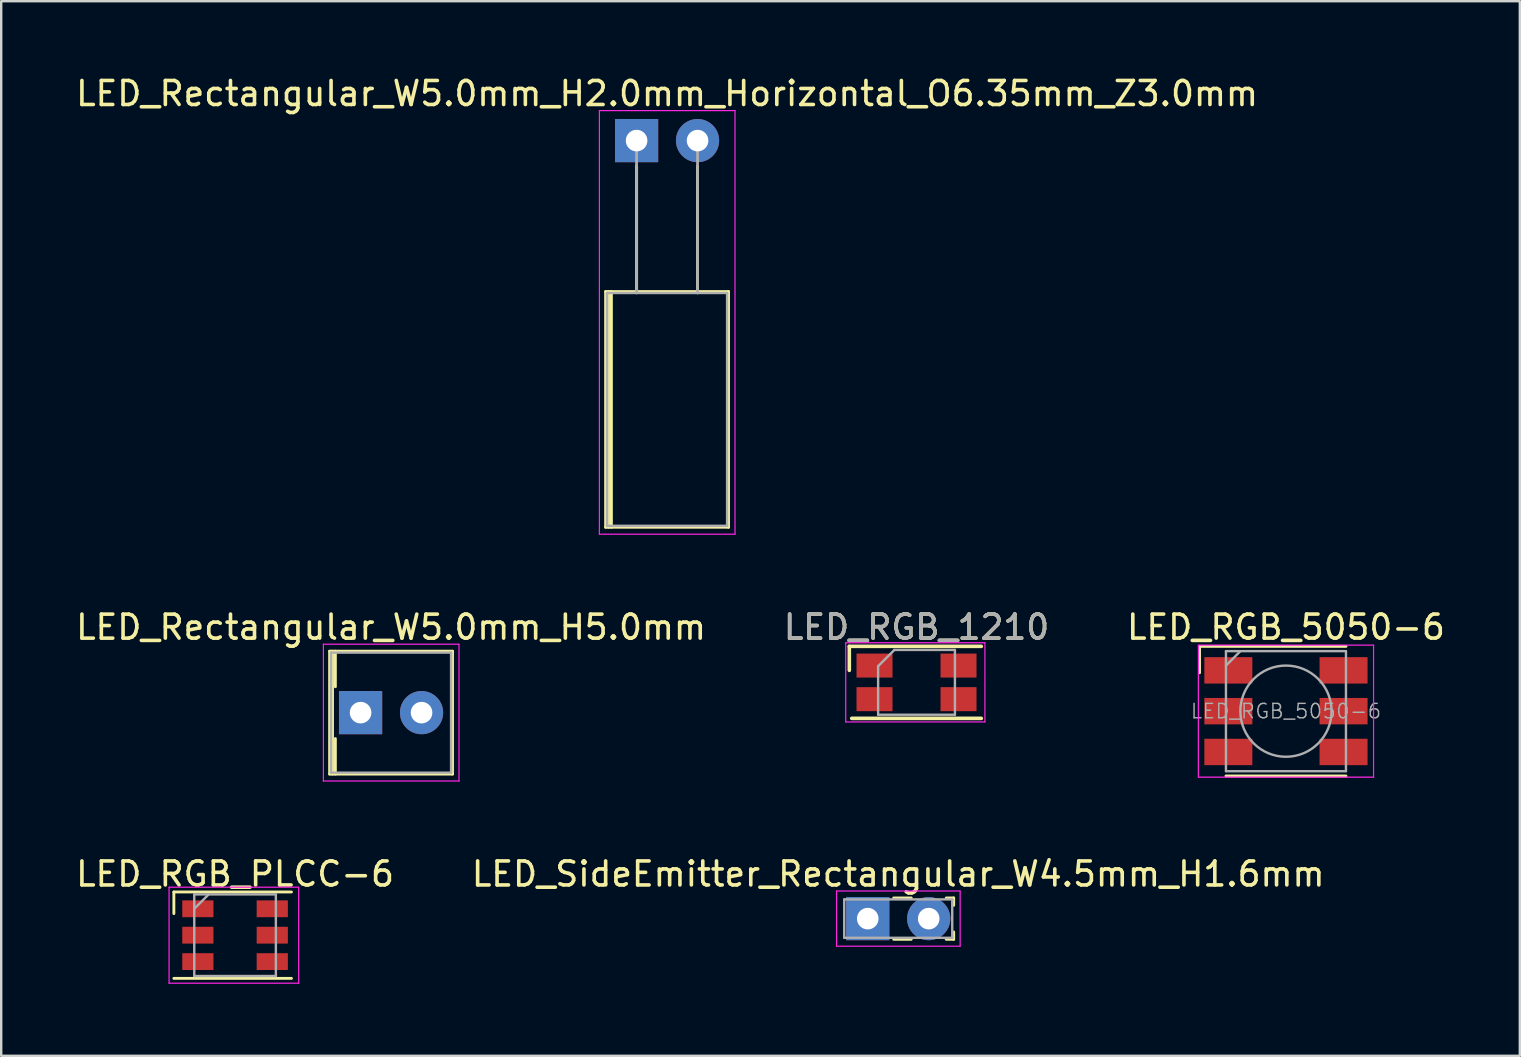
<source format=kicad_pcb>
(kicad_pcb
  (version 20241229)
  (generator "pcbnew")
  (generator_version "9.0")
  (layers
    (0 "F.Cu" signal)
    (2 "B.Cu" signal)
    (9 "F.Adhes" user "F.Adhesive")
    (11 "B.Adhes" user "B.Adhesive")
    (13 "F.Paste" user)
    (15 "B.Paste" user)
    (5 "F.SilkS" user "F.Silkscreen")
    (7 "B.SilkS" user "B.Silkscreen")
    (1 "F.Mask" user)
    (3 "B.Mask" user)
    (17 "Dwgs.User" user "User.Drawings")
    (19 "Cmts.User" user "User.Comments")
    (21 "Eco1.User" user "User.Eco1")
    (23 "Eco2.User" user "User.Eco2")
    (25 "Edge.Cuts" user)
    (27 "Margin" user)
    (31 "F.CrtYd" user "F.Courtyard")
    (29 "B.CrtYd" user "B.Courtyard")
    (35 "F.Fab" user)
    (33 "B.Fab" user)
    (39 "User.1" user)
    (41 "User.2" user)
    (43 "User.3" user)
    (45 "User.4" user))
  (footprint "LED_SideEmitter_Rectangular_W4.5mm_H1.6mm"
    (layer "F.Cu")
    (at 33.105 35.225)
    (property "Reference" "LED_SideEmitter_Rectangular_W4.5mm_H1.6mm" (at 1.27 -1.86 0) (layer "F.SilkS") (effects (font (size 1 1) (thickness 0.15))))
    (attr through_hole)
    (fp_line (start 1.08 -0.861) (end 1.811 -0.861) (stroke (width 0.12) (type solid)) (layer "F.SilkS"))
    (fp_line (start 1.08 0.861) (end 1.811 0.861) (stroke (width 0.12) (type solid)) (layer "F.SilkS"))
    (fp_line (start 3.27 -0.861) (end 3.58 -0.861) (stroke (width 0.12) (type solid)) (layer "F.SilkS"))
    (fp_line (start 3.27 0.861) (end 3.58 0.861) (stroke (width 0.12) (type solid)) (layer "F.SilkS"))
    (fp_line (start 3.58 -0.861) (end 3.58 -0.555) (stroke (width 0.12) (type solid)) (layer "F.SilkS"))
    (fp_line (start 3.58 0.555) (end 3.58 0.861) (stroke (width 0.12) (type solid)) (layer "F.SilkS"))
    (fp_line (start -1.3 -1.15) (end -1.3 1.15) (stroke (width 0.05) (type solid)) (layer "F.CrtYd"))
    (fp_line (start -1.3 1.15) (end 3.85 1.15) (stroke (width 0.05) (type solid)) (layer "F.CrtYd"))
    (fp_line (start 3.85 -1.15) (end -1.3 -1.15) (stroke (width 0.05) (type solid)) (layer "F.CrtYd"))
    (fp_line (start 3.85 1.15) (end 3.85 -1.15) (stroke (width 0.05) (type solid)) (layer "F.CrtYd"))
    (fp_line (start -0.98 -0.8) (end -0.98 0.8) (stroke (width 0.1) (type solid)) (layer "F.Fab"))
    (fp_line (start -0.98 0.8) (end 3.52 0.8) (stroke (width 0.1) (type solid)) (layer "F.Fab"))
    (fp_line (start 3.52 -0.8) (end -0.98 -0.8) (stroke (width 0.1) (type solid)) (layer "F.Fab"))
    (fp_line (start 3.52 0.8) (end 3.52 -0.8) (stroke (width 0.1) (type solid)) (layer "F.Fab"))
    (pad "1" thru_hole rect (at 0 0) (size 1.8 1.8) (drill 0.9) (layers "*.Cu" "*.Mask"))
    (pad "2" thru_hole circle (at 2.54 0) (size 1.8 1.8) (drill 0.9) (layers "*.Cu" "*.Mask")))
  (footprint "LED_RGB_5050-6"
    (layer "F.Cu")
    (at 50.53 26.581)
    (property "Reference" "LED_RGB_5050-6" (at 0 -3.5 180) (layer "F.SilkS") (effects (font (size 1 1) (thickness 0.15))))
    (attr smd)
    (fp_line (start -3.6 -2.7) (end 2.5 -2.7) (stroke (width 0.12) (type solid)) (layer "F.SilkS"))
    (fp_line (start -3.6 -1.6) (end -3.6 -2.7) (stroke (width 0.12) (type solid)) (layer "F.SilkS"))
    (fp_line (start 2.5 2.7) (end -2.5 2.7) (stroke (width 0.12) (type solid)) (layer "F.SilkS"))
    (fp_line (start -3.65 -2.75) (end -3.65 2.75) (stroke (width 0.05) (type solid)) (layer "F.CrtYd"))
    (fp_line (start -3.65 2.75) (end 3.65 2.75) (stroke (width 0.05) (type solid)) (layer "F.CrtYd"))
    (fp_line (start 3.65 -2.75) (end -3.65 -2.75) (stroke (width 0.05) (type solid)) (layer "F.CrtYd"))
    (fp_line (start 3.65 2.75) (end 3.65 -2.75) (stroke (width 0.05) (type solid)) (layer "F.CrtYd"))
    (fp_line (start -2.5 -2.5) (end -2.5 2.5) (stroke (width 0.1) (type solid)) (layer "F.Fab"))
    (fp_line (start -2.5 -1.9) (end -1.9 -2.5) (stroke (width 0.1) (type solid)) (layer "F.Fab"))
    (fp_line (start -2.5 2.5) (end 2.5 2.5) (stroke (width 0.1) (type solid)) (layer "F.Fab"))
    (fp_line (start 2.5 -2.5) (end -2.5 -2.5) (stroke (width 0.1) (type solid)) (layer "F.Fab"))
    (fp_line (start 2.5 2.5) (end 2.5 -2.5) (stroke (width 0.1) (type solid)) (layer "F.Fab"))
    (fp_circle (center 0 0) (end 0 -1.9) (stroke (width 0.1) (type solid)) (fill no) (layer "F.Fab"))
    (fp_text user "${REFERENCE}" (at 0 0 0) (layer "F.Fab") (effects (font (size 0.6 0.6) (thickness 0.06))))
    (pad "1" smd rect (at -2.4 -1.7 90) (size 1.1 2) (layers "F.Cu" "F.Mask" "F.Paste"))
    (pad "2" smd rect (at -2.4 0 90) (size 1.1 2) (layers "F.Cu" "F.Mask" "F.Paste"))
    (pad "3" smd rect (at -2.4 1.7 90) (size 1.1 2) (layers "F.Cu" "F.Mask" "F.Paste"))
    (pad "4" smd rect (at 2.4 1.7 90) (size 1.1 2) (layers "F.Cu" "F.Mask" "F.Paste"))
    (pad "5" smd rect (at 2.4 0 90) (size 1.1 2) (layers "F.Cu" "F.Mask" "F.Paste"))
    (pad "6" smd rect (at 2.4 -1.7 90) (size 1.1 2) (layers "F.Cu" "F.Mask" "F.Paste")))
  (footprint "LED_RGB_1210"
    (layer "F.Cu")
    (at 35.137 25.381)
    (property "Reference" "LED_RGB_1210" (at 0 -2.3 0) (layer "F.SilkS") (effects (font (size 1 1) (thickness 0.15))))
    (attr smd)
    (fp_line (start -2.8 -0.5) (end -2.8 -1.5) (stroke (width 0.15) (type solid)) (layer "F.SilkS"))
    (fp_line (start 2.7 -1.5) (end -2.8 -1.5) (stroke (width 0.15) (type solid)) (layer "F.SilkS"))
    (fp_line (start 2.7 1.5) (end -2.7 1.5) (stroke (width 0.15) (type solid)) (layer "F.SilkS"))
    (fp_line (start -2.95 -1.65) (end -2.95 1.65) (stroke (width 0.05) (type solid)) (layer "F.CrtYd"))
    (fp_line (start -2.95 1.65) (end 2.85 1.65) (stroke (width 0.05) (type solid)) (layer "F.CrtYd"))
    (fp_line (start 2.85 -1.65) (end -2.95 -1.65) (stroke (width 0.05) (type solid)) (layer "F.CrtYd"))
    (fp_line (start 2.85 1.65) (end 2.85 -1.65) (stroke (width 0.05) (type solid)) (layer "F.CrtYd"))
    (fp_line (start -1.6 -0.675) (end -0.925 -1.35) (stroke (width 0.1) (type solid)) (layer "F.Fab"))
    (fp_line (start -1.6 1.35) (end -1.6 -0.675) (stroke (width 0.1) (type solid)) (layer "F.Fab"))
    (fp_line (start -0.925 -1.35) (end 1.6 -1.35) (stroke (width 0.1) (type solid)) (layer "F.Fab"))
    (fp_line (start 1.6 -1.35) (end 1.6 1.35) (stroke (width 0.1) (type solid)) (layer "F.Fab"))
    (fp_line (start 1.6 1.35) (end -1.6 1.35) (stroke (width 0.1) (type solid)) (layer "F.Fab"))
    (fp_text user "${REFERENCE}" (at 0 -2.3 0) (layer "F.Fab") (effects (font (size 1 1) (thickness 0.15))))
    (pad "1" smd rect (at -1.75 -0.7 180) (size 1.5 1) (layers "F.Cu" "F.Mask" "F.Paste"))
    (pad "2" smd rect (at -1.75 0.7 180) (size 1.5 1) (layers "F.Cu" "F.Mask" "F.Paste"))
    (pad "3" smd rect (at 1.75 0.7 180) (size 1.5 1) (layers "F.Cu" "F.Mask" "F.Paste"))
    (pad "4" smd rect (at 1.75 -0.7 180) (size 1.5 1) (layers "F.Cu" "F.Mask" "F.Paste")))
  (footprint "LED_RGB_PLCC-6"
    (layer "F.Cu")
    (at 6.744 35.915)
    (property "Reference" "LED_RGB_PLCC-6" (at 0 -2.55 180) (layer "F.SilkS") (effects (font (size 1 1) (thickness 0.15))))
    (attr smd)
    (fp_line (start -2.55 -1.8) (end -2.55 -0.9) (stroke (width 0.12) (type solid)) (layer "F.SilkS"))
    (fp_line (start -2.55 1.8) (end 2.35 1.8) (stroke (width 0.12) (type solid)) (layer "F.SilkS"))
    (fp_line (start 2.35 -1.8) (end -2.55 -1.8) (stroke (width 0.12) (type solid)) (layer "F.SilkS"))
    (fp_line (start -2.75 -2) (end -2.75 2) (stroke (width 0.05) (type solid)) (layer "F.CrtYd"))
    (fp_line (start -2.75 -2) (end 2.65 -2) (stroke (width 0.05) (type solid)) (layer "F.CrtYd"))
    (fp_line (start -2.75 2) (end 2.65 2) (stroke (width 0.05) (type solid)) (layer "F.CrtYd"))
    (fp_line (start 2.65 -2) (end 2.65 2) (stroke (width 0.05) (type solid)) (layer "F.CrtYd"))
    (fp_line (start -1.7 -1.7) (end -1.7 1.7) (stroke (width 0.1) (type solid)) (layer "F.Fab"))
    (fp_line (start -1.7 -1.1) (end -1.1 -1.7) (stroke (width 0.1) (type solid)) (layer "F.Fab"))
    (fp_line (start -1.7 1.7) (end 1.7 1.7) (stroke (width 0.1) (type solid)) (layer "F.Fab"))
    (fp_line (start 1.7 -1.7) (end -1.7 -1.7) (stroke (width 0.1) (type solid)) (layer "F.Fab"))
    (fp_line (start 1.7 1.7) (end 1.7 -1.7) (stroke (width 0.1) (type solid)) (layer "F.Fab"))
    (pad "1" smd rect (at -1.55 -1.1 90) (size 0.7 1.3) (layers "F.Cu" "F.Mask" "F.Paste"))
    (pad "2" smd rect (at -1.55 0 90) (size 0.7 1.3) (layers "F.Cu" "F.Mask" "F.Paste"))
    (pad "3" smd rect (at -1.55 1.1 90) (size 0.7 1.3) (layers "F.Cu" "F.Mask" "F.Paste"))
    (pad "4" smd rect (at 1.55 1.1 90) (size 0.7 1.3) (layers "F.Cu" "F.Mask" "F.Paste"))
    (pad "5" smd rect (at 1.55 0 90) (size 0.7 1.3) (layers "F.Cu" "F.Mask" "F.Paste"))
    (pad "6" smd rect (at 1.55 -1.1 90) (size 0.7 1.3) (layers "F.Cu" "F.Mask" "F.Paste")))
  (footprint "LED_Rectangular_W5.0mm_H5.0mm"
    (layer "F.Cu")
    (at 11.974 26.642)
    (property "Reference" "LED_Rectangular_W5.0mm_H5.0mm" (at 1.27 -3.56 0) (layer "F.SilkS") (effects (font (size 1 1) (thickness 0.15))))
    (attr through_hole)
    (fp_line (start -1.29 -2.56) (end -1.29 2.56) (stroke (width 0.12) (type solid)) (layer "F.SilkS"))
    (fp_line (start -1.29 -2.56) (end 3.83 -2.56) (stroke (width 0.12) (type solid)) (layer "F.SilkS"))
    (fp_line (start -1.29 2.56) (end 3.83 2.56) (stroke (width 0.12) (type solid)) (layer "F.SilkS"))
    (fp_line (start -1.17 -2.56) (end -1.17 2.56) (stroke (width 0.12) (type solid)) (layer "F.SilkS"))
    (fp_line (start -1.051 -2.56) (end -1.051 -1.08) (stroke (width 0.12) (type solid)) (layer "F.SilkS"))
    (fp_line (start -1.051 1.08) (end -1.051 2.56) (stroke (width 0.12) (type solid)) (layer "F.SilkS"))
    (fp_line (start 3.83 -2.56) (end 3.83 2.56) (stroke (width 0.12) (type solid)) (layer "F.SilkS"))
    (fp_line (start -1.55 -2.85) (end -1.55 2.85) (stroke (width 0.05) (type solid)) (layer "F.CrtYd"))
    (fp_line (start -1.55 2.85) (end 4.1 2.85) (stroke (width 0.05) (type solid)) (layer "F.CrtYd"))
    (fp_line (start 4.1 -2.85) (end -1.55 -2.85) (stroke (width 0.05) (type solid)) (layer "F.CrtYd"))
    (fp_line (start 4.1 2.85) (end 4.1 -2.85) (stroke (width 0.05) (type solid)) (layer "F.CrtYd"))
    (fp_line (start -1.23 -2.5) (end -1.23 2.5) (stroke (width 0.1) (type solid)) (layer "F.Fab"))
    (fp_line (start -1.23 2.5) (end 3.77 2.5) (stroke (width 0.1) (type solid)) (layer "F.Fab"))
    (fp_line (start 3.77 -2.5) (end -1.23 -2.5) (stroke (width 0.1) (type solid)) (layer "F.Fab"))
    (fp_line (start 3.77 2.5) (end 3.77 -2.5) (stroke (width 0.1) (type solid)) (layer "F.Fab"))
    (pad "1" thru_hole rect (at 0 0) (size 1.8 1.8) (drill 0.9) (layers "*.Cu" "*.Mask"))
    (pad "2" thru_hole circle (at 2.54 0) (size 1.8 1.8) (drill 0.9) (layers "*.Cu" "*.Mask")))
  (footprint "LED_Rectangular_W5.0mm_H2.0mm_Horizontal_O6.35mm_Z3.0mm"
    (layer "F.Cu")
    (at 23.474 2.808)
    (property "Reference" "LED_Rectangular_W5.0mm_H2.0mm_Horizontal_O6.35mm_Z3.0mm" (at 1.27 -1.96 0) (layer "F.SilkS") (effects (font (size 1 1) (thickness 0.15))))
    (attr through_hole)
    (fp_line (start -1.29 6.29) (end -1.29 16.11) (stroke (width 0.12) (type solid)) (layer "F.SilkS"))
    (fp_line (start -1.29 16.11) (end 3.83 16.11) (stroke (width 0.12) (type solid)) (layer "F.SilkS"))
    (fp_line (start -1.17 6.29) (end -1.17 16.11) (stroke (width 0.12) (type solid)) (layer "F.SilkS"))
    (fp_line (start -1.05 6.29) (end -1.05 16.11) (stroke (width 0.12) (type solid)) (layer "F.SilkS"))
    (fp_line (start 0 1.08) (end 0 1.08) (stroke (width 0.12) (type solid)) (layer "F.SilkS"))
    (fp_line (start 0 1.08) (end 0 6.29) (stroke (width 0.12) (type solid)) (layer "F.SilkS"))
    (fp_line (start 0 6.29) (end 0 1.08) (stroke (width 0.12) (type solid)) (layer "F.SilkS"))
    (fp_line (start 0 6.29) (end 0 6.29) (stroke (width 0.12) (type solid)) (layer "F.SilkS"))
    (fp_line (start 2.54 1.08) (end 2.54 1.08) (stroke (width 0.12) (type solid)) (layer "F.SilkS"))
    (fp_line (start 2.54 1.08) (end 2.54 6.29) (stroke (width 0.12) (type solid)) (layer "F.SilkS"))
    (fp_line (start 2.54 6.29) (end 2.54 1.08) (stroke (width 0.12) (type solid)) (layer "F.SilkS"))
    (fp_line (start 2.54 6.29) (end 2.54 6.29) (stroke (width 0.12) (type solid)) (layer "F.SilkS"))
    (fp_line (start 3.83 6.29) (end -1.29 6.29) (stroke (width 0.12) (type solid)) (layer "F.SilkS"))
    (fp_line (start 3.83 16.11) (end 3.83 6.29) (stroke (width 0.12) (type solid)) (layer "F.SilkS"))
    (fp_line (start -1.55 -1.25) (end -1.55 16.4) (stroke (width 0.05) (type solid)) (layer "F.CrtYd"))
    (fp_line (start -1.55 16.4) (end 4.1 16.4) (stroke (width 0.05) (type solid)) (layer "F.CrtYd"))
    (fp_line (start 4.1 -1.25) (end -1.55 -1.25) (stroke (width 0.05) (type solid)) (layer "F.CrtYd"))
    (fp_line (start 4.1 16.4) (end 4.1 -1.25) (stroke (width 0.05) (type solid)) (layer "F.CrtYd"))
    (fp_line (start -1.23 6.35) (end -1.23 16.05) (stroke (width 0.1) (type solid)) (layer "F.Fab"))
    (fp_line (start -1.23 16.05) (end 3.77 16.05) (stroke (width 0.1) (type solid)) (layer "F.Fab"))
    (fp_line (start 0 0) (end 0 0) (stroke (width 0.1) (type solid)) (layer "F.Fab"))
    (fp_line (start 0 0) (end 0 6.35) (stroke (width 0.1) (type solid)) (layer "F.Fab"))
    (fp_line (start 0 6.35) (end 0 0) (stroke (width 0.1) (type solid)) (layer "F.Fab"))
    (fp_line (start 0 6.35) (end 0 6.35) (stroke (width 0.1) (type solid)) (layer "F.Fab"))
    (fp_line (start 2.54 0) (end 2.54 0) (stroke (width 0.1) (type solid)) (layer "F.Fab"))
    (fp_line (start 2.54 0) (end 2.54 6.35) (stroke (width 0.1) (type solid)) (layer "F.Fab"))
    (fp_line (start 2.54 6.35) (end 2.54 0) (stroke (width 0.1) (type solid)) (layer "F.Fab"))
    (fp_line (start 2.54 6.35) (end 2.54 6.35) (stroke (width 0.1) (type solid)) (layer "F.Fab"))
    (fp_line (start 3.77 6.35) (end -1.23 6.35) (stroke (width 0.1) (type solid)) (layer "F.Fab"))
    (fp_line (start 3.77 16.05) (end 3.77 6.35) (stroke (width 0.1) (type solid)) (layer "F.Fab"))
    (pad "1" thru_hole rect (at 0 0) (size 1.8 1.8) (drill 0.9) (layers "*.Cu" "*.Mask"))
    (pad "2" thru_hole circle (at 2.54 0) (size 1.8 1.8) (drill 0.9) (layers "*.Cu" "*.Mask")))
  (gr_rect
    (start -3 -3)
    (end 60.274 40.94)
    (stroke (width 0.1) (type default))
    (fill no)
    (layer "Edge.Cuts")))
</source>
